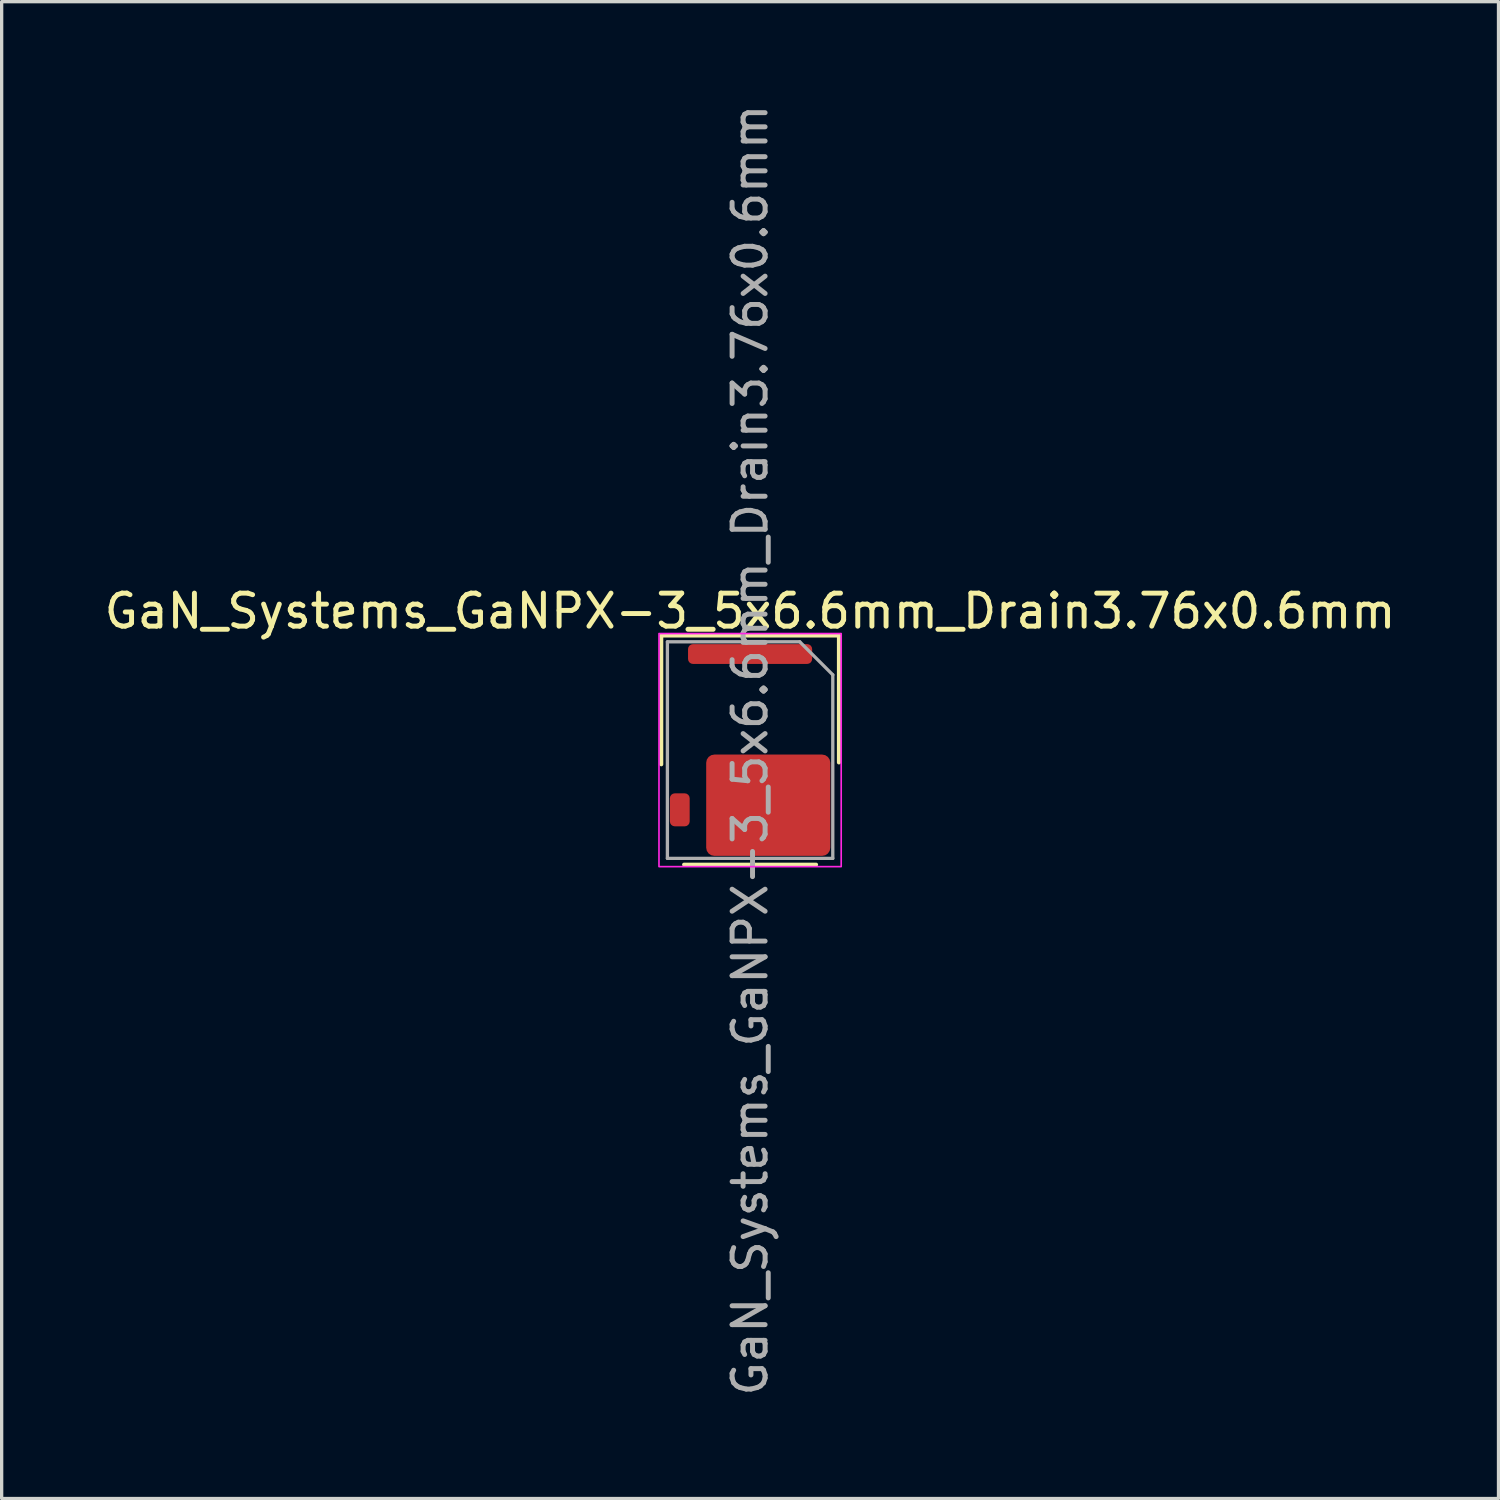
<source format=kicad_pcb>
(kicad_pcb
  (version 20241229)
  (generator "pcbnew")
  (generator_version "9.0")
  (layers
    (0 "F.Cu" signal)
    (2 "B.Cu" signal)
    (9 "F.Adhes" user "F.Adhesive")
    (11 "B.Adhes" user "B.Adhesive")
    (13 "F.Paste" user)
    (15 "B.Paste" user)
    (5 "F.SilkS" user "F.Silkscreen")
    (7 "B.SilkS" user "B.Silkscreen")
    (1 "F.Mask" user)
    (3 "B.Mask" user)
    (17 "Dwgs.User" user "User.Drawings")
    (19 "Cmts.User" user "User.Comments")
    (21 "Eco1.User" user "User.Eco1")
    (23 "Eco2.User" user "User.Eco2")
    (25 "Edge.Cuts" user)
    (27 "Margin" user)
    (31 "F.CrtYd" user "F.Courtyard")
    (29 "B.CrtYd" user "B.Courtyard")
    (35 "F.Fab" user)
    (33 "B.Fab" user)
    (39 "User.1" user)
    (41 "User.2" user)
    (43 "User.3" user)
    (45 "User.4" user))
  (footprint "GaN_Systems_GaNPX-3_5x6.6mm_Drain3.76x0.6mm"
    (layer "F.Cu")
    (at 19.673 19.673)
    (property "Reference" "GaN_Systems_GaNPX-3_5x6.6mm_Drain3.76x0.6mm" (at 0 -4.21 0) (layer "F.SilkS") (effects (font (size 1 1) (thickness 0.15))))
    (attr smd)
    (fp_line (start -2.69 -3.47) (end -2.69 0.432) (stroke (width 0.12) (type default)) (layer "F.SilkS"))
    (fp_line (start -2 3.47) (end 2 3.47) (stroke (width 0.12) (type default)) (layer "F.SilkS"))
    (fp_line (start 2.69 -3.47) (end -2.69 -3.47) (stroke (width 0.12) (type default)) (layer "F.SilkS"))
    (fp_line (start 2.69 0.375) (end 2.69 -3.47) (stroke (width 0.12) (type default)) (layer "F.SilkS"))
    (fp_rect (start -2.76 -3.53) (end 2.76 3.53) (stroke (width 0.05) (type default)) (fill no) (layer "F.CrtYd"))
    (fp_line (start -2.505 -3.28) (end -2.505 3.28) (stroke (width 0.1) (type default)) (layer "F.Fab"))
    (fp_line (start -2.505 3.28) (end 2.505 3.28) (stroke (width 0.1) (type default)) (layer "F.Fab"))
    (fp_line (start 1.505 -3.28) (end -2.505 -3.28) (stroke (width 0.1) (type default)) (layer "F.Fab"))
    (fp_line (start 1.505 -3.28) (end 2.505 -2.28) (stroke (width 0.1) (type default)) (layer "F.Fab"))
    (fp_line (start 2.505 3.28) (end 2.505 -2.28) (stroke (width 0.1) (type default)) (layer "F.Fab"))
    (fp_text user "${REFERENCE}" (at 0 0 90) (layer "F.Fab") (effects (font (size 1 1) (thickness 0.15))))
    (pad "" smd roundrect (at -0.34 0.953) (size 1.58 1.235) (layers "F.Paste") (roundrect_rratio 0.202))
    (pad "" smd roundrect (at -0.34 2.388) (size 1.58 1.235) (layers "F.Paste") (roundrect_rratio 0.202))
    (pad "" smd roundrect (at 1.44 0.953) (size 1.58 1.235) (layers "F.Paste") (roundrect_rratio 0.202))
    (pad "" smd roundrect (at 1.44 2.388) (size 1.58 1.235) (layers "F.Paste") (roundrect_rratio 0.202))
    (pad "1" smd roundrect (at 0 -2.91) (size 3.76 0.6) (layers "F.Cu" "F.Mask" "F.Paste") (roundrect_rratio 0.25))
    (pad "2" smd roundrect (at -2.13 1.81) (size 0.6 1) (layers "F.Cu" "F.Mask" "F.Paste") (roundrect_rratio 0.25))
    (pad "3" smd roundrect (at 0.55 1.67) (size 3.76 3.07) (layers "F.Cu" "F.Mask") (roundrect_rratio 0.081)))
  (gr_rect
    (start -3 -3)
    (end 42.345 42.345)
    (stroke (width 0.1) (type default))
    (fill no)
    (layer "Edge.Cuts")))
</source>
